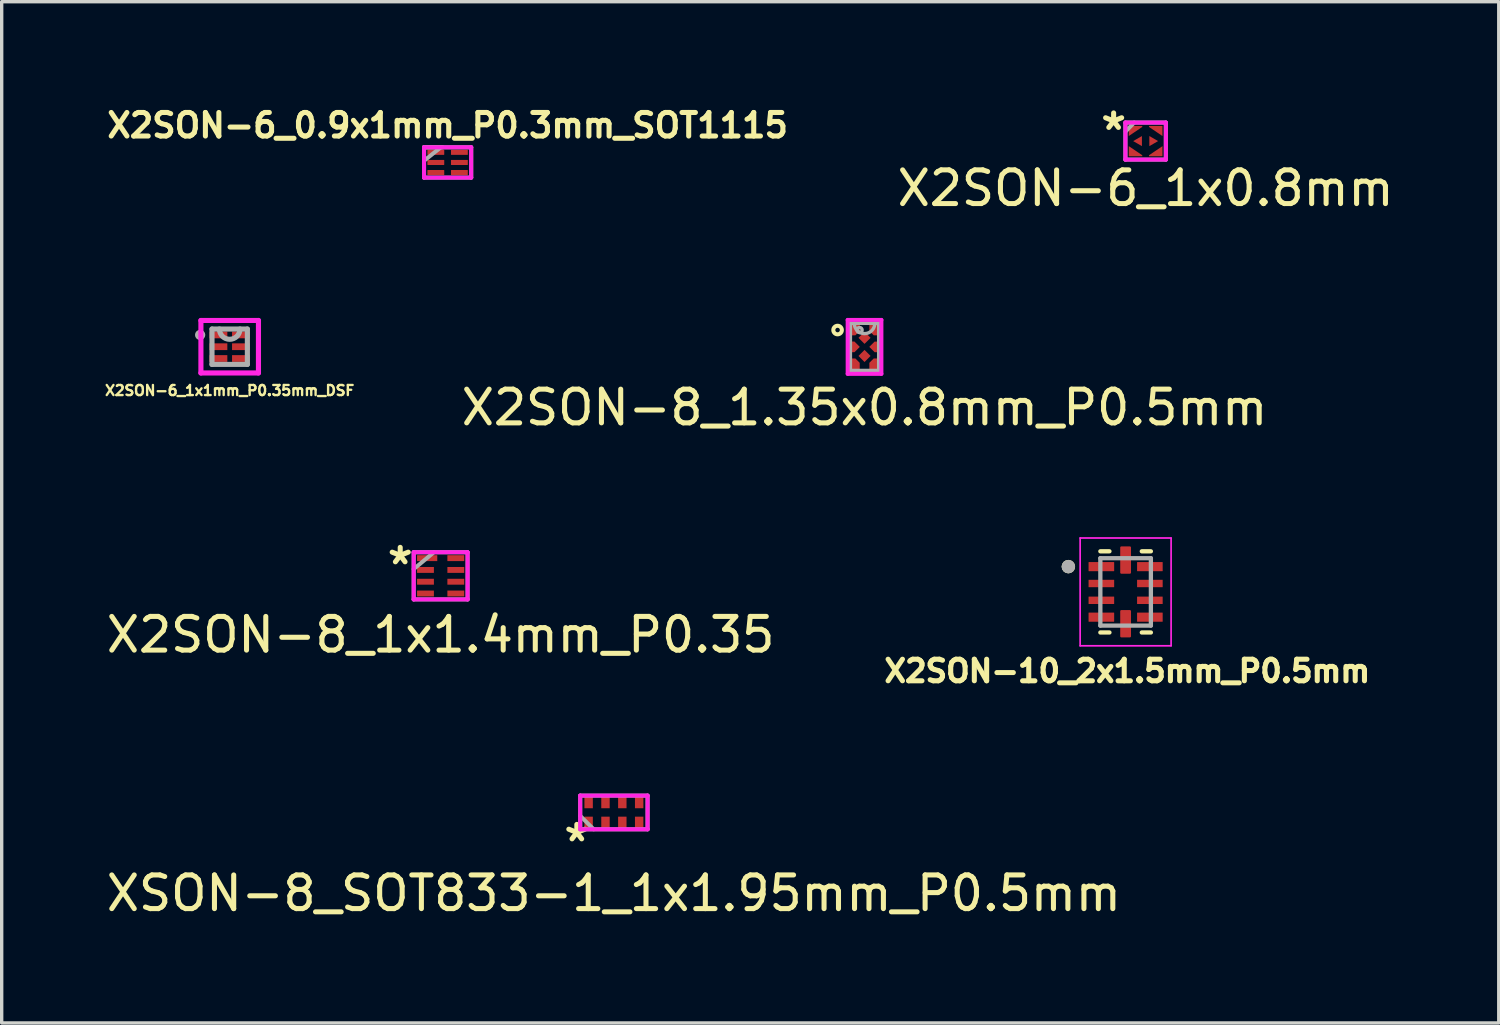
<source format=kicad_pcb>
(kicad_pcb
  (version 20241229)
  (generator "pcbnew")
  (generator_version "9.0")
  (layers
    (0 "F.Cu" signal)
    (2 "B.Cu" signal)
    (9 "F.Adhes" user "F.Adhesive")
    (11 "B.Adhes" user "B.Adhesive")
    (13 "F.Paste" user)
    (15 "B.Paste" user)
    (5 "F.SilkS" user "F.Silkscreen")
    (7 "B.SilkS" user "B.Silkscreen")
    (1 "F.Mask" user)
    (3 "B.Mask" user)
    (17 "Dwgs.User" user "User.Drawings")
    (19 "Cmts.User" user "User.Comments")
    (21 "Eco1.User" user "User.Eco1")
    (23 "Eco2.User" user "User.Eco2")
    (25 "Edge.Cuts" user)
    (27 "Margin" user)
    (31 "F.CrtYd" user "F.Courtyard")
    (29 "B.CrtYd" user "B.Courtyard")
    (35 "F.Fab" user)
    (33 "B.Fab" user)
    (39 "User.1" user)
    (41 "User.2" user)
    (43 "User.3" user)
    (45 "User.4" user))
  (footprint "X2SON-6_0.9x1mm_P0.3mm_SOT1115"
    (layer "F.Cu")
    (at 10.237 1.772)
    (property "Reference" "X2SON-6_0.9x1mm_P0.3mm_SOT1115" (at 0 -1.1 0) (layer "F.SilkS") (effects (font (size 0.699 0.699) (thickness 0.15))))
    (attr smd)
    (fp_line (start -0.7 -0.45) (end -0.7 -0.1) (stroke (width 0.12) (type solid)) (layer "F.SilkS"))
    (fp_line (start -0.7 -0.45) (end -0.15 -0.45) (stroke (width 0.12) (type solid)) (layer "F.SilkS"))
    (fp_line (start -0.7 -0.45) (end -0.7 0.45) (stroke (width 0.12) (type solid)) (layer "F.CrtYd"))
    (fp_line (start -0.7 0.45) (end 0.7 0.45) (stroke (width 0.12) (type solid)) (layer "F.CrtYd"))
    (fp_line (start 0.7 -0.45) (end -0.7 -0.45) (stroke (width 0.12) (type solid)) (layer "F.CrtYd"))
    (fp_line (start 0.7 0.45) (end 0.7 -0.45) (stroke (width 0.12) (type solid)) (layer "F.CrtYd"))
    (fp_line (start -0.7 -0.45) (end -0.7 0.45) (stroke (width 0.12) (type solid)) (layer "F.Fab"))
    (fp_line (start -0.7 -0.05) (end -0.2 -0.45) (stroke (width 0.12) (type solid)) (layer "F.Fab"))
    (fp_line (start -0.7 0.45) (end 0.7 0.45) (stroke (width 0.12) (type solid)) (layer "F.Fab"))
    (fp_line (start 0.7 -0.45) (end -0.7 -0.45) (stroke (width 0.12) (type solid)) (layer "F.Fab"))
    (fp_line (start 0.7 0.45) (end 0.7 -0.45) (stroke (width 0.12) (type solid)) (layer "F.Fab"))
    (pad "1" smd roundrect (at -0.35 -0.3) (size 0.5 0.15) (layers "F.Cu" "F.Mask" "F.Paste") (roundrect_rratio 0.08))
    (pad "2" smd roundrect (at -0.35 0) (size 0.5 0.15) (layers "F.Cu" "F.Mask" "F.Paste") (roundrect_rratio 0.08))
    (pad "3" smd roundrect (at -0.35 0.3) (size 0.5 0.15) (layers "F.Cu" "F.Mask" "F.Paste") (roundrect_rratio 0.08))
    (pad "4" smd roundrect (at 0.35 0.3) (size 0.5 0.15) (layers "F.Cu" "F.Mask" "F.Paste") (roundrect_rratio 0.08))
    (pad "5" smd roundrect (at 0.35 0) (size 0.5 0.15) (layers "F.Cu" "F.Mask" "F.Paste") (roundrect_rratio 0.08))
    (pad "6" smd roundrect (at 0.35 -0.3) (size 0.5 0.15) (layers "F.Cu" "F.Mask" "F.Paste") (roundrect_rratio 0.08)))
  (footprint "X2SON-6_1x1mm_P0.35mm_DSF"
    (layer "F.Cu")
    (at 3.768 7.242)
    (property "Reference" "X2SON-6_1x1mm_P0.35mm_DSF" (at 0 1.3 0) (layer "F.SilkS") (effects (font (size 0.3 0.3) (thickness 0.07))))
    (attr through_hole)
    (fp_line (start -0.854 -0.779) (end 0.854 -0.779) (stroke (width 0.152) (type solid)) (layer "F.CrtYd"))
    (fp_line (start -0.854 0.779) (end -0.854 -0.779) (stroke (width 0.152) (type solid)) (layer "F.CrtYd"))
    (fp_line (start 0.854 -0.779) (end 0.854 0.779) (stroke (width 0.152) (type solid)) (layer "F.CrtYd"))
    (fp_line (start 0.854 0.779) (end -0.854 0.779) (stroke (width 0.152) (type solid)) (layer "F.CrtYd"))
    (fp_line (start -0.525 -0.525) (end -0.525 0.525) (stroke (width 0.152) (type solid)) (layer "F.Fab"))
    (fp_line (start -0.525 0.525) (end 0.525 0.525) (stroke (width 0.152) (type solid)) (layer "F.Fab"))
    (fp_line (start 0.525 -0.525) (end -0.525 -0.525) (stroke (width 0.152) (type solid)) (layer "F.Fab"))
    (fp_line (start 0.525 0.525) (end 0.525 -0.525) (stroke (width 0.152) (type solid)) (layer "F.Fab"))
    (fp_arc (start 0.3048 -0.525) (mid 0 -0.2202) (end -0.3048 -0.525) (stroke (width 0.1524) (type solid)) (layer "F.Fab"))
    (fp_circle (center -0.877 -0.35) (end -0.8 -0.35) (stroke (width 0.152) (type solid)) (fill no) (layer "F.Fab"))
    (pad "1" smd rect (at -0.335 -0.35) (size 0.53 0.2) (layers "F.Cu" "F.Mask" "F.Paste"))
    (pad "2" smd rect (at -0.335 0) (size 0.53 0.2) (layers "F.Cu" "F.Mask" "F.Paste"))
    (pad "3" smd rect (at -0.335 0.35) (size 0.53 0.2) (layers "F.Cu" "F.Mask" "F.Paste"))
    (pad "4" smd rect (at 0.335 0.35) (size 0.53 0.2) (layers "F.Cu" "F.Mask" "F.Paste"))
    (pad "5" smd rect (at 0.335 0) (size 0.53 0.2) (layers "F.Cu" "F.Mask" "F.Paste"))
    (pad "6" smd rect (at 0.335 -0.35) (size 0.53 0.2) (layers "F.Cu" "F.Mask" "F.Paste")))
  (footprint "X2SON-8_1.35x0.8mm_P0.5mm"
    (layer "F.Cu")
    (at 22.613 7.247)
    (property "Reference" "X2SON-8_1.35x0.8mm_P0.5mm" (at 0 1.8 0) (layer "F.SilkS") (effects (font (size 1 1) (thickness 0.15))))
    (attr through_hole)
    (fp_circle (center -0.8 -0.5) (end -0.673 -0.5) (stroke (width 0.12) (type solid)) (fill no) (layer "F.SilkS"))
    (fp_line (start -0.5 -0.8) (end 0.5 -0.8) (stroke (width 0.12) (type solid)) (layer "F.CrtYd"))
    (fp_line (start -0.5 0.8) (end -0.5 -0.8) (stroke (width 0.12) (type solid)) (layer "F.CrtYd"))
    (fp_line (start 0.5 -0.8) (end 0.5 0.8) (stroke (width 0.12) (type solid)) (layer "F.CrtYd"))
    (fp_line (start 0.5 0.8) (end -0.5 0.8) (stroke (width 0.12) (type solid)) (layer "F.CrtYd"))
    (fp_line (start -0.419 -0.699) (end -0.419 0.699) (stroke (width 0.1) (type solid)) (layer "F.Fab"))
    (fp_line (start -0.419 0.699) (end 0.419 0.699) (stroke (width 0.1) (type solid)) (layer "F.Fab"))
    (fp_line (start 0.419 -0.699) (end -0.419 -0.699) (stroke (width 0.1) (type solid)) (layer "F.Fab"))
    (fp_line (start 0.419 0.699) (end 0.419 -0.699) (stroke (width 0.1) (type solid)) (layer "F.Fab"))
    (fp_arc (start 0.3048 -0.6985) (mid 0 -0.3937) (end -0.3048 -0.6985) (stroke (width 0.1) (type solid)) (layer "F.Fab"))
    (fp_circle (center -0.147 -0.5) (end -0.071 -0.5) (stroke (width 0.1) (type solid)) (fill no) (layer "F.Fab"))
    (pad "1" smd custom (at -0.363 -0.5) (size 0.178 0.305) (layers "F.Cu" "F.Mask" "F.Paste") (options (anchor rect)) (primitives (gr_poly (pts (xy -0.089 -0.152) (xy -0.089 0.152) (xy 0.089 0.152) (xy 0.216 0.025) (xy 0.216 -0.152)) (width 0.01) (fill yes))))
    (pad "2" smd custom (at -0.378 -0.002) (size 0.156 0.308) (layers "F.Cu" "F.Mask" "F.Paste") (options (anchor rect)) (primitives (gr_poly (pts (xy -0.075 0.154) (xy 0.078 0.154) (xy 0.23 0.002) (xy 0.078 -0.151) (xy -0.075 -0.151)) (width 0.01) (fill yes))))
    (pad "3" smd custom (at -0.3 0.5) (size 0.051 0.051) (layers "F.Cu" "F.Mask" "F.Paste") (options (anchor rect)) (primitives (gr_poly (pts (xy -0.152 0.152) (xy -0.152 -0.152) (xy 0.025 -0.152) (xy 0.152 -0.025) (xy 0.152 0.152)) (width 0.01) (fill yes))))
    (pad "4" smd rect (at 0 0.269 45) (size 0.254 0.254) (layers "F.Cu" "F.Mask" "F.Paste"))
    (pad "5" smd custom (at 0.3 0.5) (size 0.051 0.051) (layers "F.Cu" "F.Mask" "F.Paste") (options (anchor rect)) (primitives (gr_poly (pts (xy 0.152 0.152) (xy 0.152 -0.152) (xy -0.025 -0.152) (xy -0.152 -0.025) (xy -0.152 0.152)) (width 0.01) (fill yes))))
    (pad "6" smd custom (at 0.3 0) (size 0.051 0.051) (layers "F.Cu" "F.Mask" "F.Paste") (options (anchor rect)) (primitives (gr_poly (pts (xy 0.152 0.152) (xy 0 0.152) (xy -0.152 0) (xy 0 -0.152) (xy 0.152 -0.152)) (width 0.01) (fill yes))))
    (pad "7" smd custom (at 0.3 -0.5) (size 0.051 0.051) (layers "F.Cu" "F.Mask" "F.Paste") (options (anchor rect)) (primitives (gr_poly (pts (xy 0.152 -0.152) (xy 0.152 0.152) (xy -0.025 0.152) (xy -0.152 0.025) (xy -0.152 -0.152)) (width 0.01) (fill yes))))
    (pad "8" smd rect (at 0 -0.269 45) (size 0.254 0.254) (layers "F.Cu" "F.Mask" "F.Paste")))
  (footprint "X2SON-6_1x0.8mm"
    (layer "F.Cu")
    (at 30.957 1.138)
    (property "Reference" "X2SON-6_1x0.8mm" (at 0 1.4 0) (layer "F.SilkS") (effects (font (size 1 1) (thickness 0.15))))
    (attr through_hole)
    (fp_line (start -0.6 -0.55) (end -0.6 0.55) (stroke (width 0.12) (type solid)) (layer "F.CrtYd"))
    (fp_line (start -0.6 0.55) (end 0.6 0.55) (stroke (width 0.12) (type solid)) (layer "F.CrtYd"))
    (fp_line (start 0.6 -0.55) (end -0.6 -0.55) (stroke (width 0.12) (type solid)) (layer "F.CrtYd"))
    (fp_line (start 0.6 0.55) (end 0.6 -0.55) (stroke (width 0.12) (type solid)) (layer "F.CrtYd"))
    (fp_line (start -0.6 -0.55) (end -0.6 0.55) (stroke (width 0.12) (type solid)) (layer "F.Fab"))
    (fp_line (start -0.6 0.55) (end 0.6 0.55) (stroke (width 0.12) (type solid)) (layer "F.Fab"))
    (fp_line (start -0.34 -0.55) (end -0.59 -0.29) (stroke (width 0.12) (type solid)) (layer "F.Fab"))
    (fp_line (start 0.6 -0.55) (end -0.6 -0.55) (stroke (width 0.12) (type solid)) (layer "F.Fab"))
    (fp_line (start 0.6 0.55) (end 0.6 -0.55) (stroke (width 0.12) (type solid)) (layer "F.Fab"))
    (fp_text user "*" (at -0.95 -0.29 0) (layer "F.SilkS") (effects (font (size 1 1) (thickness 0.15))))
    (pad "1" smd custom (at -0.45 -0.4) (size 0.1 0.1) (layers "F.Cu" "F.Mask" "F.Paste") (options (anchor rect)) (primitives (gr_poly (pts (xy -0.05 -0.05) (xy -0.05 0.25) (xy 0.35 -0.02) (xy 0.35 -0.05)) (width 0) (fill yes))))
    (pad "2" smd custom (at -0.24 0 90) (size 0.1 0.1) (layers "F.Cu" "F.Mask" "F.Paste") (options (anchor circle)) (primitives (gr_poly (pts (xy 0 -0.13) (xy 0.15 0.13) (xy -0.15 0.13)) (width 0) (fill yes))))
    (pad "3" smd custom (at -0.45 0.4 180) (size 0.1 0.1) (layers "F.Cu" "F.Mask" "F.Paste") (options (anchor rect)) (primitives (gr_poly (pts (xy 0.05 -0.05) (xy 0.05 0.25) (xy -0.35 -0.02) (xy -0.35 -0.05)) (width 0) (fill yes))))
    (pad "4" smd custom (at 0.45 0.4 180) (size 0.1 0.1) (layers "F.Cu" "F.Mask" "F.Paste") (options (anchor rect)) (primitives (gr_poly (pts (xy -0.05 -0.05) (xy -0.05 0.25) (xy 0.35 -0.02) (xy 0.35 -0.05)) (width 0) (fill yes))))
    (pad "5" smd custom (at 0.24 0 270) (size 0.1 0.1) (layers "F.Cu" "F.Mask" "F.Paste") (options (anchor circle)) (primitives (gr_poly (pts (xy 0 -0.13) (xy 0.15 0.13) (xy -0.15 0.13)) (width 0) (fill yes))))
    (pad "6" smd custom (at 0.45 -0.4) (size 0.1 0.1) (layers "F.Cu" "F.Mask" "F.Paste") (options (anchor rect)) (primitives (gr_poly (pts (xy 0.05 -0.05) (xy 0.05 0.25) (xy -0.35 -0.02) (xy -0.35 -0.05)) (width 0) (fill yes)))))
  (footprint "XSON-8_SOT833-1_1x1.95mm_P0.5mm"
    (layer "F.Cu")
    (at 15.173 21.067)
    (property "Reference" "XSON-8_SOT833-1_1x1.95mm_P0.5mm" (at 0 2.4 0) (layer "F.SilkS") (effects (font (size 1 1) (thickness 0.15))))
    (attr through_hole)
    (fp_line (start -1 -0.5) (end -1 0.5) (stroke (width 0.12) (type solid)) (layer "F.CrtYd"))
    (fp_line (start -1 0.5) (end 1 0.5) (stroke (width 0.12) (type solid)) (layer "F.CrtYd"))
    (fp_line (start 1 -0.5) (end -1 -0.5) (stroke (width 0.12) (type solid)) (layer "F.CrtYd"))
    (fp_line (start 1 0.5) (end 1 -0.5) (stroke (width 0.12) (type solid)) (layer "F.CrtYd"))
    (fp_line (start -1 -0.5) (end -1 0.5) (stroke (width 0.12) (type solid)) (layer "F.Fab"))
    (fp_line (start -1 0.1) (end -0.6 0.5) (stroke (width 0.12) (type solid)) (layer "F.Fab"))
    (fp_line (start -1 0.5) (end 1 0.5) (stroke (width 0.12) (type solid)) (layer "F.Fab"))
    (fp_line (start 1 -0.5) (end -1 -0.5) (stroke (width 0.12) (type solid)) (layer "F.Fab"))
    (fp_line (start 1 0.5) (end 1 -0.5) (stroke (width 0.12) (type solid)) (layer "F.Fab"))
    (fp_text user "*" (at -1.1 0.9 0) (layer "F.SilkS") (effects (font (size 1 1) (thickness 0.15))))
    (pad "1" smd rect (at -0.75 0.3) (size 0.25 0.35) (layers "F.Cu" "F.Mask" "F.Paste"))
    (pad "2" smd rect (at -0.25 0.3) (size 0.25 0.35) (layers "F.Cu" "F.Mask" "F.Paste"))
    (pad "3" smd rect (at 0.25 0.3) (size 0.25 0.35) (layers "F.Cu" "F.Mask" "F.Paste"))
    (pad "4" smd rect (at 0.75 0.3) (size 0.25 0.35) (layers "F.Cu" "F.Mask" "F.Paste"))
    (pad "5" smd rect (at 0.75 -0.3) (size 0.25 0.35) (layers "F.Cu" "F.Mask" "F.Paste"))
    (pad "6" smd rect (at 0.25 -0.3) (size 0.25 0.35) (layers "F.Cu" "F.Mask" "F.Paste"))
    (pad "7" smd rect (at -0.25 -0.3) (size 0.25 0.35) (layers "F.Cu" "F.Mask" "F.Paste"))
    (pad "8" smd rect (at -0.75 -0.3) (size 0.25 0.35) (layers "F.Cu" "F.Mask" "F.Paste")))
  (footprint "X2SON-10_2x1.5mm_P0.5mm"
    (layer "F.Cu")
    (at 30.363 14.52)
    (property "Reference" "X2SON-10_2x1.5mm_P0.5mm" (at 0.05 2.35 0) (layer "F.SilkS") (effects (font (size 0.64 0.64) (thickness 0.15))))
    (attr smd)
    (fp_line (start -0.75 -1.205) (end -0.48 -1.205) (stroke (width 0.127) (type solid)) (layer "F.SilkS"))
    (fp_line (start -0.75 1.205) (end -0.48 1.205) (stroke (width 0.127) (type solid)) (layer "F.SilkS"))
    (fp_line (start 0.75 -1.205) (end 0.48 -1.205) (stroke (width 0.127) (type solid)) (layer "F.SilkS"))
    (fp_line (start 0.75 1.205) (end 0.48 1.205) (stroke (width 0.127) (type solid)) (layer "F.SilkS"))
    (fp_circle (center -1.7 -0.75) (end -1.6 -0.75) (stroke (width 0.2) (type solid)) (fill no) (layer "F.SilkS"))
    (fp_line (start -1.35 -1.6) (end 1.35 -1.6) (stroke (width 0.05) (type solid)) (layer "F.CrtYd"))
    (fp_line (start -1.35 1.6) (end -1.35 -1.6) (stroke (width 0.05) (type solid)) (layer "F.CrtYd"))
    (fp_line (start -1.35 1.6) (end 1.35 1.6) (stroke (width 0.05) (type solid)) (layer "F.CrtYd"))
    (fp_line (start 1.35 1.6) (end 1.35 -1.6) (stroke (width 0.05) (type solid)) (layer "F.CrtYd"))
    (fp_line (start -0.75 1) (end -0.75 -1) (stroke (width 0.127) (type solid)) (layer "F.Fab"))
    (fp_line (start 0.75 -1) (end -0.75 -1) (stroke (width 0.127) (type solid)) (layer "F.Fab"))
    (fp_line (start 0.75 1) (end -0.75 1) (stroke (width 0.127) (type solid)) (layer "F.Fab"))
    (fp_line (start 0.75 1) (end 0.75 -1) (stroke (width 0.127) (type solid)) (layer "F.Fab"))
    (fp_circle (center -1.7 -0.75) (end -1.6 -0.75) (stroke (width 0.2) (type solid)) (fill no) (layer "F.Fab"))
    (pad "1" smd roundrect (at -0.72 -0.75) (size 0.76 0.27) (layers "F.Cu" "F.Mask" "F.Paste") (roundrect_rratio 0.03))
    (pad "2" smd roundrect (at -0.72 -0.25) (size 0.76 0.22) (layers "F.Cu" "F.Mask" "F.Paste") (roundrect_rratio 0.03))
    (pad "3" smd roundrect (at -0.72 0.25) (size 0.76 0.22) (layers "F.Cu" "F.Mask" "F.Paste") (roundrect_rratio 0.03))
    (pad "4" smd roundrect (at -0.72 0.75) (size 0.76 0.27) (layers "F.Cu" "F.Mask" "F.Paste") (roundrect_rratio 0.03))
    (pad "5" smd roundrect (at 0 0.945) (size 0.32 0.81) (layers "F.Cu" "F.Mask" "F.Paste") (roundrect_rratio 0.1))
    (pad "6" smd roundrect (at 0.72 0.75) (size 0.76 0.27) (layers "F.Cu" "F.Mask" "F.Paste") (roundrect_rratio 0.03))
    (pad "7" smd roundrect (at 0.72 0.25) (size 0.76 0.22) (layers "F.Cu" "F.Mask" "F.Paste") (roundrect_rratio 0.03))
    (pad "8" smd roundrect (at 0.72 -0.25) (size 0.76 0.22) (layers "F.Cu" "F.Mask" "F.Paste") (roundrect_rratio 0.03))
    (pad "9" smd roundrect (at 0.72 -0.75) (size 0.76 0.27) (layers "F.Cu" "F.Mask" "F.Paste") (roundrect_rratio 0.03))
    (pad "10" smd roundrect (at 0 -0.945) (size 0.32 0.81) (layers "F.Cu" "F.Mask" "F.Paste") (roundrect_rratio 0.1)))
  (footprint "X2SON-8_1x1.4mm_P0.35"
    (layer "F.Cu")
    (at 10.03 14.043)
    (property "Reference" "X2SON-8_1x1.4mm_P0.35" (at 0 1.75 0) (layer "F.SilkS") (effects (font (size 1 1) (thickness 0.15))))
    (attr through_hole)
    (fp_line (start -0.8 -0.7) (end -0.8 0.7) (stroke (width 0.12) (type solid)) (layer "F.CrtYd"))
    (fp_line (start -0.8 0.7) (end 0.8 0.7) (stroke (width 0.12) (type solid)) (layer "F.CrtYd"))
    (fp_line (start 0.8 -0.7) (end -0.8 -0.7) (stroke (width 0.12) (type solid)) (layer "F.CrtYd"))
    (fp_line (start 0.8 0.7) (end 0.8 -0.7) (stroke (width 0.12) (type solid)) (layer "F.CrtYd"))
    (fp_line (start -0.8 -0.7) (end -0.8 0.7) (stroke (width 0.12) (type solid)) (layer "F.Fab"))
    (fp_line (start -0.8 0.7) (end 0.8 0.7) (stroke (width 0.12) (type solid)) (layer "F.Fab"))
    (fp_line (start -0.2 -0.7) (end -0.8 -0.2) (stroke (width 0.12) (type solid)) (layer "F.Fab"))
    (fp_line (start 0.8 -0.7) (end -0.8 -0.7) (stroke (width 0.12) (type solid)) (layer "F.Fab"))
    (fp_line (start 0.8 0.7) (end 0.8 -0.7) (stroke (width 0.12) (type solid)) (layer "F.Fab"))
    (fp_text user "*" (at -1.2 -0.3 0) (layer "F.SilkS") (effects (font (size 1 1) (thickness 0.15))))
    (pad "1" smd rect (at -0.4 -0.525) (size 0.6 0.175) (layers "F.Cu" "F.Mask" "F.Paste"))
    (pad "2" smd rect (at -0.45 -0.175) (size 0.5 0.175) (layers "F.Cu" "F.Mask" "F.Paste"))
    (pad "3" smd rect (at -0.45 0.175) (size 0.5 0.175) (layers "F.Cu" "F.Mask" "F.Paste"))
    (pad "4" smd rect (at -0.45 0.525) (size 0.5 0.175) (layers "F.Cu" "F.Mask" "F.Paste"))
    (pad "5" smd rect (at 0.45 0.525) (size 0.5 0.175) (layers "F.Cu" "F.Mask" "F.Paste"))
    (pad "6" smd rect (at 0.45 0.175) (size 0.5 0.175) (layers "F.Cu" "F.Mask" "F.Paste"))
    (pad "7" smd rect (at 0.45 -0.175) (size 0.5 0.175) (layers "F.Cu" "F.Mask" "F.Paste"))
    (pad "8" smd rect (at 0.45 -0.525) (size 0.5 0.175) (layers "F.Cu" "F.Mask" "F.Paste")))
  (gr_rect
    (start -3 -3)
    (end 41.439 27.316)
    (stroke (width 0.1) (type default))
    (fill no)
    (layer "Edge.Cuts")))
</source>
